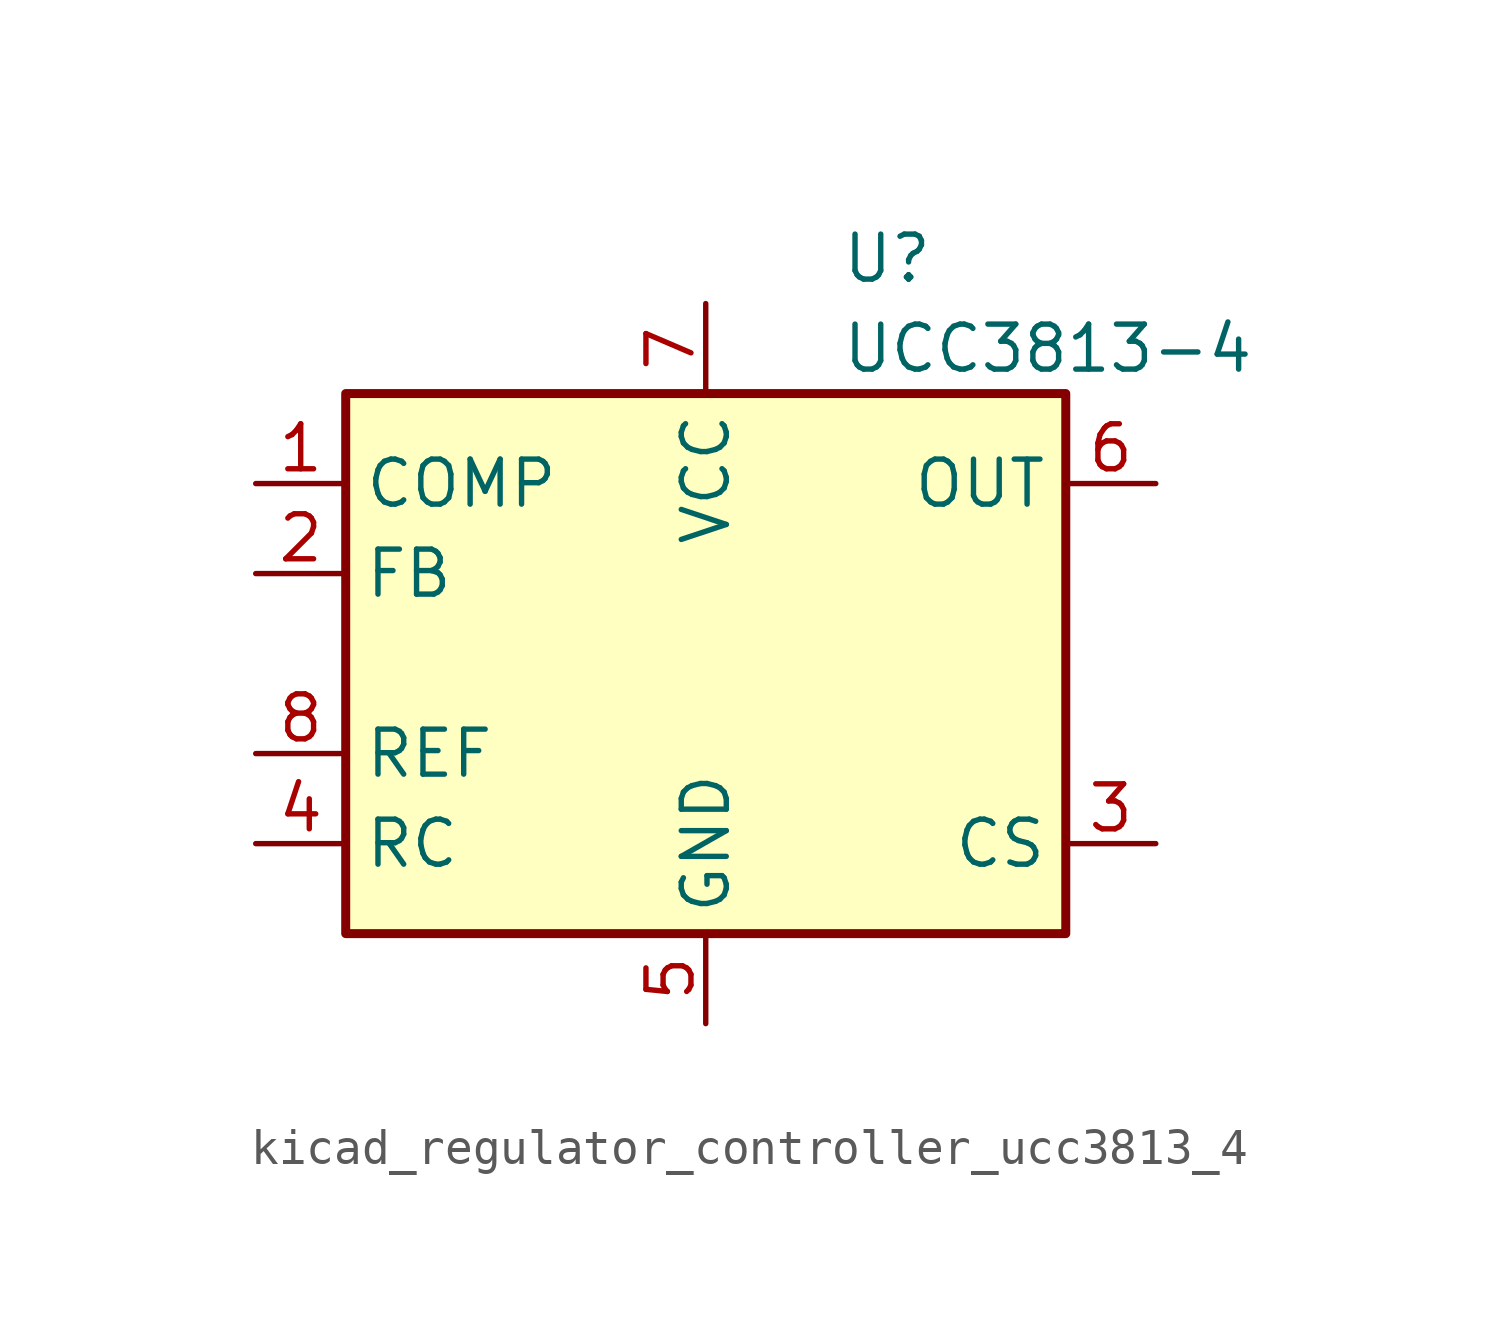
<source format=kicad_sym>
(kicad_symbol_lib
  (version 20220914)
  (generator kicad_symbol_editor)
  (symbol "kicad_regulator_controller_ucc3813_4"
    (property "Reference" "U"
      (at 3.81 11.43 0)
      (effects (font (size 1.27 1.27)) (justify left)))
    (property "Value" "UCC3813-4"
      (at 3.81 8.89 0)
      (effects (font (size 1.27 1.27)) (justify left)))
    (symbol "kicad_regulator_controller_ucc3813_4_0_1"
      (rectangle (start -10.16 -7.62) (end 10.16 7.62) (stroke (width 0.254) (type default)) (fill (type background))))
    (symbol "kicad_regulator_controller_ucc3813_4_1_1"
      (pin passive line (at -12.7 5.08 0) (length 2.54) (name "COMP" (effects (font (size 1.27 1.27)))) (number "1" (effects (font (size 1.27 1.27)))))
      (pin input line (at -12.7 2.54 0) (length 2.54) (name "FB" (effects (font (size 1.27 1.27)))) (number "2" (effects (font (size 1.27 1.27)))))
      (pin input line (at 12.7 -5.08 180) (length 2.54) (name "CS" (effects (font (size 1.27 1.27)))) (number "3" (effects (font (size 1.27 1.27)))))
      (pin passive line (at -12.7 -5.08 0) (length 2.54) (name "RC" (effects (font (size 1.27 1.27)))) (number "4" (effects (font (size 1.27 1.27)))))
      (pin power_in line (at 0 -10.16 90) (length 2.54) (name "GND" (effects (font (size 1.27 1.27)))) (number "5" (effects (font (size 1.27 1.27)))))
      (pin output line (at 12.7 5.08 180) (length 2.54) (name "OUT" (effects (font (size 1.27 1.27)))) (number "6" (effects (font (size 1.27 1.27)))))
      (pin power_in line (at 0 10.16 270) (length 2.54) (name "VCC" (effects (font (size 1.27 1.27)))) (number "7" (effects (font (size 1.27 1.27)))))
      (pin power_in line (at -12.7 -2.54 0) (length 2.54) (name "REF" (effects (font (size 1.27 1.27)))) (number "8" (effects (font (size 1.27 1.27))))))))
</source>
